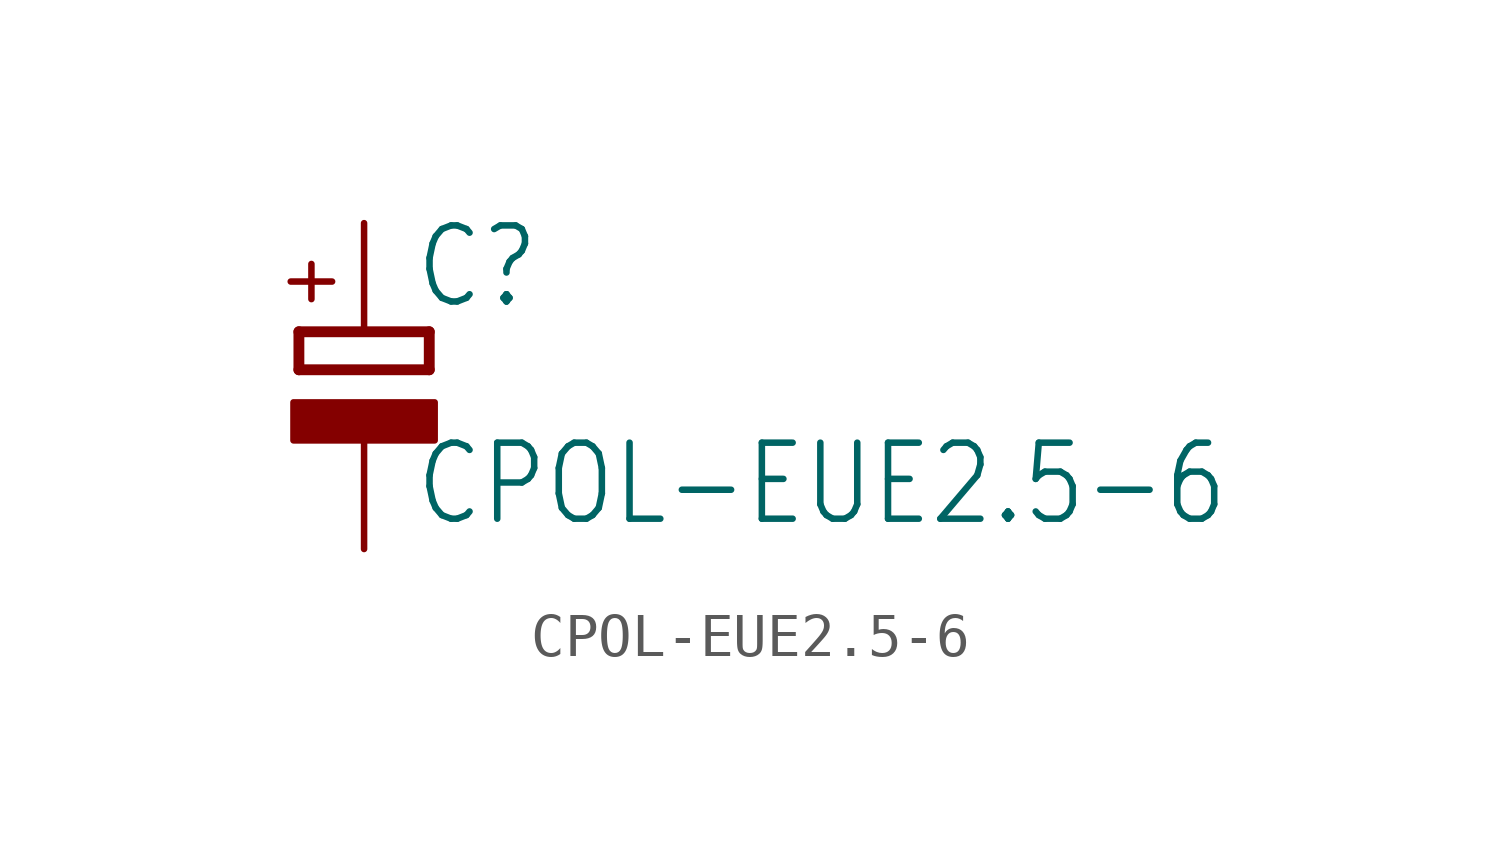
<source format=kicad_sym>
(kicad_symbol_lib
  (version 20220914)
  (generator kicad_symbol_editor)
  (symbol "CPOL-EUE2.5-6"
    (property "Reference" "C"
      (at 1.143 0.483 0)
      (effects (font (size 1.778 1.511)) (justify left bottom)))
    (property "Value" "CPOL-EUE2.5-6"
      (at 1.143 -4.597 0)
      (effects (font (size 1.778 1.511)) (justify left bottom)))
    (property "ki_locked" ""
      (at 0 0 0)
      (effects (font (size 1.27 1.27))))
    (symbol "CPOL-EUE2.5-6_1_0"
      (rectangle (start -1.651 -2.54) (end 1.651 -1.651) (stroke (width 0) (type default)) (fill (type outline)))
      (polyline (pts (xy -1.524 -0.889) (xy 1.524 -0.889)) (stroke (width 0.254) (type default)) (fill (type none)))
      (polyline (pts (xy -1.524 0) (xy -1.524 -0.889)) (stroke (width 0.254) (type default)) (fill (type none)))
      (polyline (pts (xy -1.524 0) (xy 1.524 0)) (stroke (width 0.254) (type default)) (fill (type none)))
      (polyline (pts (xy 1.524 -0.889) (xy 1.524 0)) (stroke (width 0.254) (type default)) (fill (type none)))
      (text "+" (at -0.584 0.406 900) (effects (font (size 1.27 1.079)) (justify left bottom)))
      (pin passive line (at 0 2.54 270) (length 2.54) (name "+" (effects (font (size 0 0)))) (number "+" (effects (font (size 0 0)))))
      (pin passive line (at 0 -5.08 90) (length 2.54) (name "-" (effects (font (size 0 0)))) (number "-" (effects (font (size 0 0))))))))
</source>
